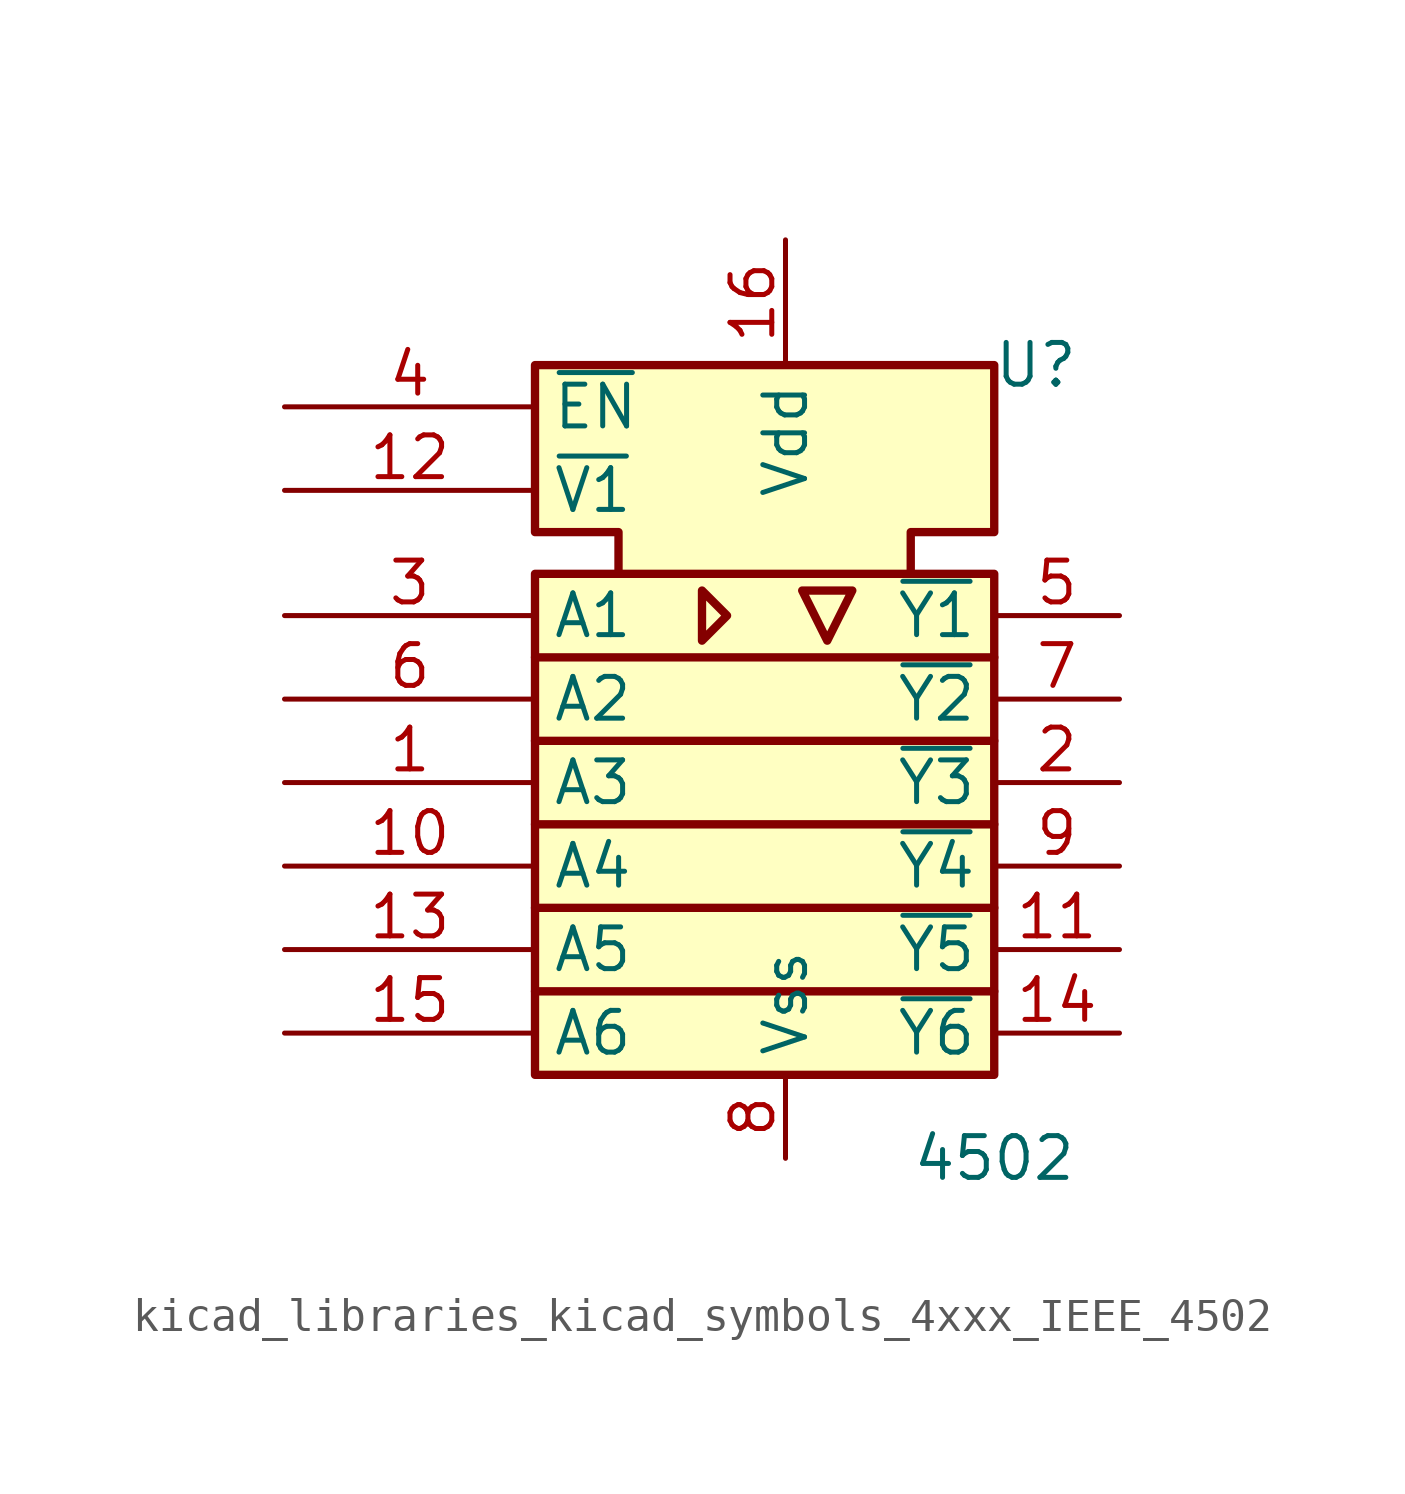
<source format=kicad_sym>
(kicad_symbol_lib
  (version 20220914)
  (generator kicad_symbol_editor)
  (symbol "kicad_libraries_kicad_symbols_4xxx_IEEE_4502"
    (property "Reference" "U"
      (at 7.62 13.97 0)
      (effects (font (size 1.27 1.27))))
    (property "Value" "4502"
      (at 6.35 -10.16 0)
      (effects (font (size 1.27 1.27))))
    (symbol "kicad_libraries_kicad_symbols_4xxx_IEEE_4502_0_0"
      (polyline (pts (xy -7.62 -5.08) (xy 6.35 -5.08) (xy 6.35 -5.08)) (stroke (width 0.254) (type default)) (fill (type background)))
      (polyline (pts (xy -7.62 0) (xy 6.35 0) (xy 6.35 0)) (stroke (width 0.254) (type default)) (fill (type background)))
      (polyline (pts (xy -7.62 5.08) (xy 6.35 5.08) (xy 6.35 5.08)) (stroke (width 0.254) (type default)) (fill (type background)))
      (polyline (pts (xy -5.08 7.62) (xy 3.81 7.62) (xy 3.81 7.62)) (stroke (width 0.254) (type default)) (fill (type background)))
      (polyline (pts (xy 6.35 -2.54) (xy -7.62 -2.54) (xy -7.62 -2.54)) (stroke (width 0.254) (type default)) (fill (type background)))
      (polyline (pts (xy 6.35 2.54) (xy -7.62 2.54) (xy -7.62 2.54)) (stroke (width 0.254) (type default)) (fill (type background)))
      (polyline (pts (xy -2.54 7.112) (xy -2.54 5.588) (xy -1.778 6.35) (xy -2.54 7.112) (xy -2.54 7.112)) (stroke (width 0.254) (type default)) (fill (type background)))
      (polyline (pts (xy 0.508 7.112) (xy 2.032 7.112) (xy 1.27 5.588) (xy 0.508 7.112) (xy 0.508 7.112)) (stroke (width 0.254) (type default)) (fill (type background)))
      (polyline (pts (xy -7.62 13.97) (xy -7.62 8.89) (xy -5.08 8.89) (xy -5.08 7.62) (xy -7.62 7.62) (xy -7.62 -7.62) (xy 6.35 -7.62) (xy 6.35 7.62) (xy 3.81 7.62) (xy 3.81 8.89) (xy 6.35 8.89) (xy 6.35 13.97) (xy -7.62 13.97) (xy -7.62 13.97)) (stroke (width 0.254) (type default)) (fill (type background)))
      (pin power_in line (at 0 17.78 270) (length 3.81) (name "Vdd" (effects (font (size 1.27 1.27)))) (number "16" (effects (font (size 1.27 1.27)))))
      (pin power_in line (at 0 -10.16 90) (length 2.54) (name "Vss" (effects (font (size 1.27 1.27)))) (number "8" (effects (font (size 1.27 1.27))))))
    (symbol "kicad_libraries_kicad_symbols_4xxx_IEEE_4502_1_1"
      (pin input line (at -15.24 1.27 0) (length 7.62) (name "A3" (effects (font (size 1.27 1.27)))) (number "1" (effects (font (size 1.27 1.27)))))
      (pin input line (at -15.24 -1.27 0) (length 7.62) (name "A4" (effects (font (size 1.27 1.27)))) (number "10" (effects (font (size 1.27 1.27)))))
      (pin output line (at 10.16 -3.81 180) (length 3.81) (name "~{Y5}" (effects (font (size 1.27 1.27)))) (number "11" (effects (font (size 1.27 1.27)))))
      (pin input line (at -15.24 10.16 0) (length 7.62) (name "~{V1}" (effects (font (size 1.27 1.27)))) (number "12" (effects (font (size 1.27 1.27)))))
      (pin input line (at -15.24 -3.81 0) (length 7.62) (name "A5" (effects (font (size 1.27 1.27)))) (number "13" (effects (font (size 1.27 1.27)))))
      (pin output line (at 10.16 -6.35 180) (length 3.81) (name "~{Y6}" (effects (font (size 1.27 1.27)))) (number "14" (effects (font (size 1.27 1.27)))))
      (pin input line (at -15.24 -6.35 0) (length 7.62) (name "A6" (effects (font (size 1.27 1.27)))) (number "15" (effects (font (size 1.27 1.27)))))
      (pin output line (at 10.16 1.27 180) (length 3.81) (name "~{Y3}" (effects (font (size 1.27 1.27)))) (number "2" (effects (font (size 1.27 1.27)))))
      (pin input line (at -15.24 6.35 0) (length 7.62) (name "A1" (effects (font (size 1.27 1.27)))) (number "3" (effects (font (size 1.27 1.27)))))
      (pin input line (at -15.24 12.7 0) (length 7.62) (name "~{EN}" (effects (font (size 1.27 1.27)))) (number "4" (effects (font (size 1.27 1.27)))))
      (pin output line (at 10.16 6.35 180) (length 3.81) (name "~{Y1}" (effects (font (size 1.27 1.27)))) (number "5" (effects (font (size 1.27 1.27)))))
      (pin input line (at -15.24 3.81 0) (length 7.62) (name "A2" (effects (font (size 1.27 1.27)))) (number "6" (effects (font (size 1.27 1.27)))))
      (pin output line (at 10.16 3.81 180) (length 3.81) (name "~{Y2}" (effects (font (size 1.27 1.27)))) (number "7" (effects (font (size 1.27 1.27)))))
      (pin output line (at 10.16 -1.27 180) (length 3.81) (name "~{Y4}" (effects (font (size 1.27 1.27)))) (number "9" (effects (font (size 1.27 1.27))))))))
</source>
